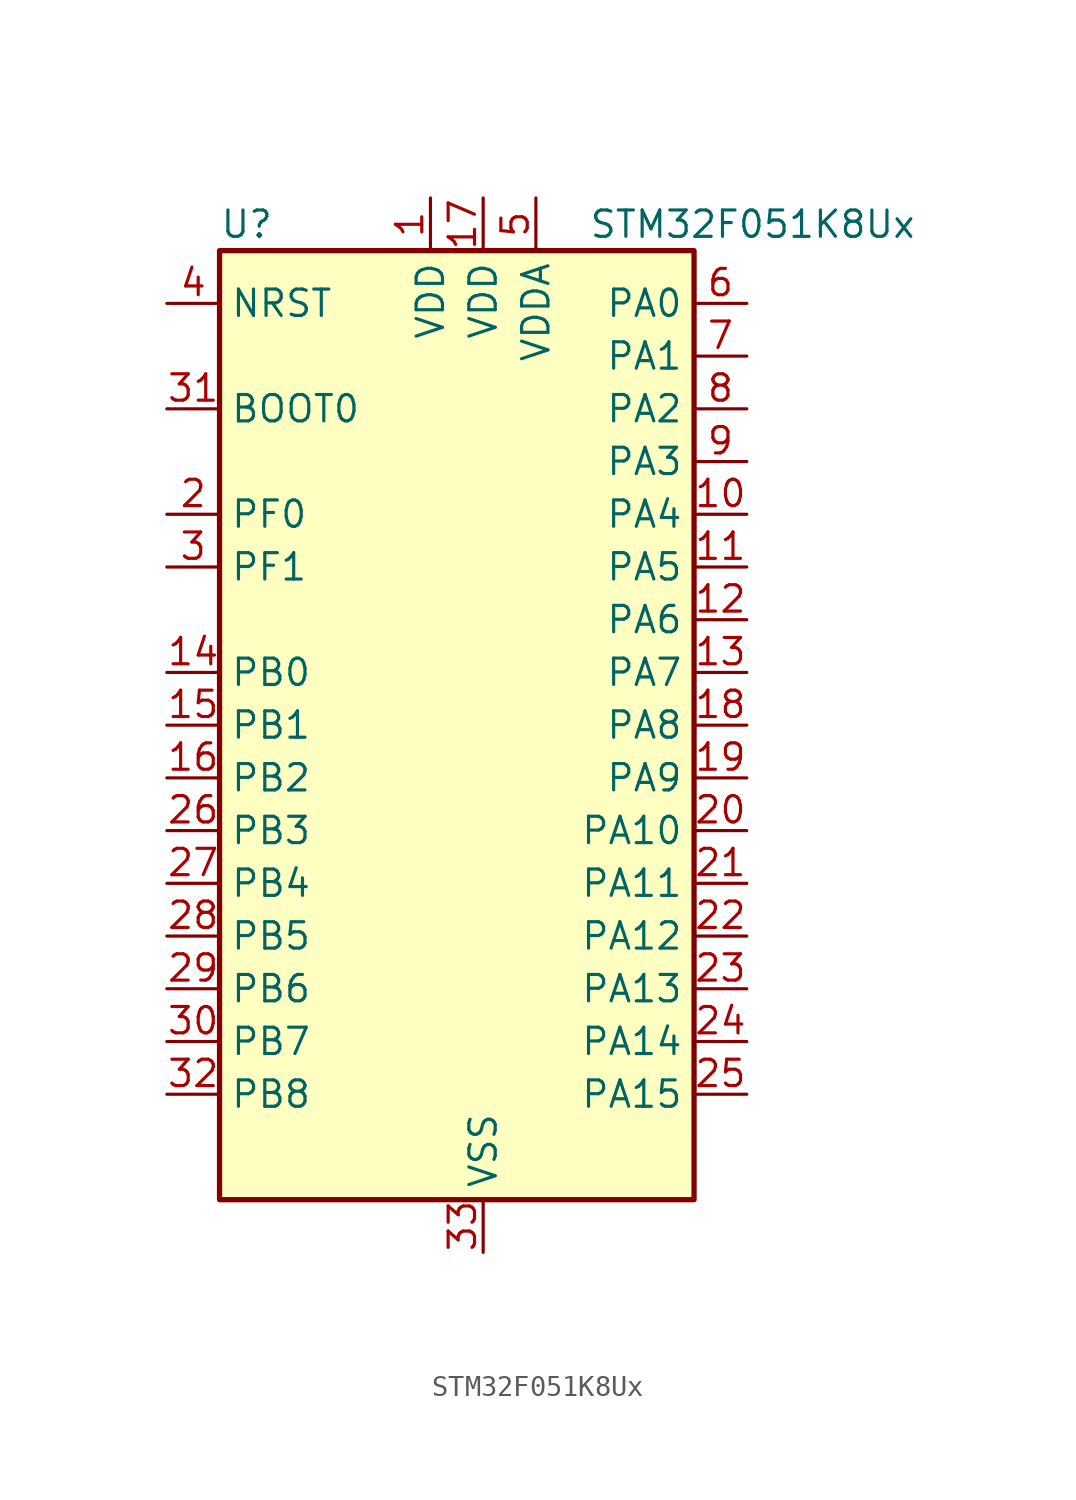
<source format=kicad_sym>
(kicad_symbol_lib
  (version 20220914)
  (generator kicad_symbol_editor)
  (symbol "STM32F051K8Ux"
    (property "Reference" "U"
      (at -10.16 24.13 0)
      (effects (font (size 1.27 1.27)) (justify left)))
    (property "Value" "STM32F051K8Ux"
      (at 7.62 24.13 0)
      (effects (font (size 1.27 1.27)) (justify left)))
    (property "ki_locked" ""
      (at 0 0 0)
      (effects (font (size 1.27 1.27))))
    (symbol "STM32F051K8Ux_0_1"
      (rectangle (start -10.16 -22.86) (end 12.7 22.86) (stroke (width 0.254) (type default)) (fill (type background))))
    (symbol "STM32F051K8Ux_1_1"
      (pin power_in line (at 0 25.4 270) (length 2.54) (name "VDD" (effects (font (size 1.27 1.27)))) (number "1" (effects (font (size 1.27 1.27)))))
      (pin bidirectional line (at 15.24 10.16 180) (length 2.54) (name "PA4" (effects (font (size 1.27 1.27)))) (number "10" (effects (font (size 1.27 1.27)))) (alternate "ADC_IN4" bidirectional line) (alternate "COMP1_INM" bidirectional line) (alternate "COMP2_INM" bidirectional line) (alternate "DAC1_OUT1" bidirectional line) (alternate "I2S1_WS" bidirectional line) (alternate "SPI1_NSS" bidirectional line) (alternate "TIM14_CH1" bidirectional line) (alternate "TSC_G2_IO1" bidirectional line) (alternate "USART2_CK" bidirectional line))
      (pin bidirectional line (at 15.24 7.62 180) (length 2.54) (name "PA5" (effects (font (size 1.27 1.27)))) (number "11" (effects (font (size 1.27 1.27)))) (alternate "ADC_IN5" bidirectional line) (alternate "CEC" bidirectional line) (alternate "COMP1_INM" bidirectional line) (alternate "COMP2_INM" bidirectional line) (alternate "I2S1_CK" bidirectional line) (alternate "SPI1_SCK" bidirectional line) (alternate "TIM2_CH1" bidirectional line) (alternate "TIM2_ETR" bidirectional line) (alternate "TSC_G2_IO2" bidirectional line))
      (pin bidirectional line (at 15.24 5.08 180) (length 2.54) (name "PA6" (effects (font (size 1.27 1.27)))) (number "12" (effects (font (size 1.27 1.27)))) (alternate "ADC_IN6" bidirectional line) (alternate "COMP1_OUT" bidirectional line) (alternate "I2S1_MCK" bidirectional line) (alternate "SPI1_MISO" bidirectional line) (alternate "TIM16_CH1" bidirectional line) (alternate "TIM1_BKIN" bidirectional line) (alternate "TIM3_CH1" bidirectional line) (alternate "TSC_G2_IO3" bidirectional line))
      (pin bidirectional line (at 15.24 2.54 180) (length 2.54) (name "PA7" (effects (font (size 1.27 1.27)))) (number "13" (effects (font (size 1.27 1.27)))) (alternate "ADC_IN7" bidirectional line) (alternate "COMP2_OUT" bidirectional line) (alternate "I2S1_SD" bidirectional line) (alternate "SPI1_MOSI" bidirectional line) (alternate "TIM14_CH1" bidirectional line) (alternate "TIM17_CH1" bidirectional line) (alternate "TIM1_CH1N" bidirectional line) (alternate "TIM3_CH2" bidirectional line) (alternate "TSC_G2_IO4" bidirectional line))
      (pin bidirectional line (at -12.7 2.54 0) (length 2.54) (name "PB0" (effects (font (size 1.27 1.27)))) (number "14" (effects (font (size 1.27 1.27)))) (alternate "ADC_IN8" bidirectional line) (alternate "TIM1_CH2N" bidirectional line) (alternate "TIM3_CH3" bidirectional line) (alternate "TSC_G3_IO2" bidirectional line))
      (pin bidirectional line (at -12.7 0 0) (length 2.54) (name "PB1" (effects (font (size 1.27 1.27)))) (number "15" (effects (font (size 1.27 1.27)))) (alternate "ADC_IN9" bidirectional line) (alternate "TIM14_CH1" bidirectional line) (alternate "TIM1_CH3N" bidirectional line) (alternate "TIM3_CH4" bidirectional line) (alternate "TSC_G3_IO3" bidirectional line))
      (pin bidirectional line (at -12.7 -2.54 0) (length 2.54) (name "PB2" (effects (font (size 1.27 1.27)))) (number "16" (effects (font (size 1.27 1.27)))) (alternate "TSC_G3_IO4" bidirectional line))
      (pin power_in line (at 2.54 25.4 270) (length 2.54) (name "VDD" (effects (font (size 1.27 1.27)))) (number "17" (effects (font (size 1.27 1.27)))))
      (pin bidirectional line (at 15.24 0 180) (length 2.54) (name "PA8" (effects (font (size 1.27 1.27)))) (number "18" (effects (font (size 1.27 1.27)))) (alternate "RCC_MCO" bidirectional line) (alternate "TIM1_CH1" bidirectional line) (alternate "USART1_CK" bidirectional line))
      (pin bidirectional line (at 15.24 -2.54 180) (length 2.54) (name "PA9" (effects (font (size 1.27 1.27)))) (number "19" (effects (font (size 1.27 1.27)))) (alternate "DAC1_EXTI9" bidirectional line) (alternate "TIM15_BKIN" bidirectional line) (alternate "TIM1_CH2" bidirectional line) (alternate "TSC_G4_IO1" bidirectional line) (alternate "USART1_TX" bidirectional line))
      (pin bidirectional line (at -12.7 10.16 0) (length 2.54) (name "PF0" (effects (font (size 1.27 1.27)))) (number "2" (effects (font (size 1.27 1.27)))) (alternate "RCC_OSC_IN" bidirectional line))
      (pin bidirectional line (at 15.24 -5.08 180) (length 2.54) (name "PA10" (effects (font (size 1.27 1.27)))) (number "20" (effects (font (size 1.27 1.27)))) (alternate "TIM17_BKIN" bidirectional line) (alternate "TIM1_CH3" bidirectional line) (alternate "TSC_G4_IO2" bidirectional line) (alternate "USART1_RX" bidirectional line))
      (pin bidirectional line (at 15.24 -7.62 180) (length 2.54) (name "PA11" (effects (font (size 1.27 1.27)))) (number "21" (effects (font (size 1.27 1.27)))) (alternate "COMP1_OUT" bidirectional line) (alternate "TIM1_CH4" bidirectional line) (alternate "TSC_G4_IO3" bidirectional line) (alternate "USART1_CTS" bidirectional line))
      (pin bidirectional line (at 15.24 -10.16 180) (length 2.54) (name "PA12" (effects (font (size 1.27 1.27)))) (number "22" (effects (font (size 1.27 1.27)))) (alternate "COMP2_OUT" bidirectional line) (alternate "TIM1_ETR" bidirectional line) (alternate "TSC_G4_IO4" bidirectional line) (alternate "USART1_DE" bidirectional line) (alternate "USART1_RTS" bidirectional line))
      (pin bidirectional line (at 15.24 -12.7 180) (length 2.54) (name "PA13" (effects (font (size 1.27 1.27)))) (number "23" (effects (font (size 1.27 1.27)))) (alternate "IR_OUT" bidirectional line) (alternate "SYS_SWDIO" bidirectional line))
      (pin bidirectional line (at 15.24 -15.24 180) (length 2.54) (name "PA14" (effects (font (size 1.27 1.27)))) (number "24" (effects (font (size 1.27 1.27)))) (alternate "SYS_SWCLK" bidirectional line) (alternate "USART2_TX" bidirectional line))
      (pin bidirectional line (at 15.24 -17.78 180) (length 2.54) (name "PA15" (effects (font (size 1.27 1.27)))) (number "25" (effects (font (size 1.27 1.27)))) (alternate "I2S1_WS" bidirectional line) (alternate "SPI1_NSS" bidirectional line) (alternate "TIM2_CH1" bidirectional line) (alternate "TIM2_ETR" bidirectional line) (alternate "USART2_RX" bidirectional line))
      (pin bidirectional line (at -12.7 -5.08 0) (length 2.54) (name "PB3" (effects (font (size 1.27 1.27)))) (number "26" (effects (font (size 1.27 1.27)))) (alternate "I2S1_CK" bidirectional line) (alternate "SPI1_SCK" bidirectional line) (alternate "TIM2_CH2" bidirectional line) (alternate "TSC_G5_IO1" bidirectional line))
      (pin bidirectional line (at -12.7 -7.62 0) (length 2.54) (name "PB4" (effects (font (size 1.27 1.27)))) (number "27" (effects (font (size 1.27 1.27)))) (alternate "I2S1_MCK" bidirectional line) (alternate "SPI1_MISO" bidirectional line) (alternate "TIM3_CH1" bidirectional line) (alternate "TSC_G5_IO2" bidirectional line))
      (pin bidirectional line (at -12.7 -10.16 0) (length 2.54) (name "PB5" (effects (font (size 1.27 1.27)))) (number "28" (effects (font (size 1.27 1.27)))) (alternate "I2C1_SMBA" bidirectional line) (alternate "I2S1_SD" bidirectional line) (alternate "SPI1_MOSI" bidirectional line) (alternate "TIM16_BKIN" bidirectional line) (alternate "TIM3_CH2" bidirectional line))
      (pin bidirectional line (at -12.7 -12.7 0) (length 2.54) (name "PB6" (effects (font (size 1.27 1.27)))) (number "29" (effects (font (size 1.27 1.27)))) (alternate "I2C1_SCL" bidirectional line) (alternate "TIM16_CH1N" bidirectional line) (alternate "TSC_G5_IO3" bidirectional line) (alternate "USART1_TX" bidirectional line))
      (pin bidirectional line (at -12.7 7.62 0) (length 2.54) (name "PF1" (effects (font (size 1.27 1.27)))) (number "3" (effects (font (size 1.27 1.27)))) (alternate "RCC_OSC_OUT" bidirectional line))
      (pin bidirectional line (at -12.7 -15.24 0) (length 2.54) (name "PB7" (effects (font (size 1.27 1.27)))) (number "30" (effects (font (size 1.27 1.27)))) (alternate "I2C1_SDA" bidirectional line) (alternate "TIM17_CH1N" bidirectional line) (alternate "TSC_G5_IO4" bidirectional line) (alternate "USART1_RX" bidirectional line))
      (pin input line (at -12.7 15.24 0) (length 2.54) (name "BOOT0" (effects (font (size 1.27 1.27)))) (number "31" (effects (font (size 1.27 1.27)))))
      (pin bidirectional line (at -12.7 -17.78 0) (length 2.54) (name "PB8" (effects (font (size 1.27 1.27)))) (number "32" (effects (font (size 1.27 1.27)))) (alternate "CEC" bidirectional line) (alternate "I2C1_SCL" bidirectional line) (alternate "TIM16_CH1" bidirectional line) (alternate "TSC_SYNC" bidirectional line))
      (pin power_in line (at 2.54 -25.4 90) (length 2.54) (name "VSS" (effects (font (size 1.27 1.27)))) (number "33" (effects (font (size 1.27 1.27)))))
      (pin input line (at -12.7 20.32 0) (length 2.54) (name "NRST" (effects (font (size 1.27 1.27)))) (number "4" (effects (font (size 1.27 1.27)))))
      (pin power_in line (at 5.08 25.4 270) (length 2.54) (name "VDDA" (effects (font (size 1.27 1.27)))) (number "5" (effects (font (size 1.27 1.27)))))
      (pin bidirectional line (at 15.24 20.32 180) (length 2.54) (name "PA0" (effects (font (size 1.27 1.27)))) (number "6" (effects (font (size 1.27 1.27)))) (alternate "ADC_IN0" bidirectional line) (alternate "COMP1_INM" bidirectional line) (alternate "COMP1_OUT" bidirectional line) (alternate "RTC_TAMP2" bidirectional line) (alternate "SYS_WKUP1" bidirectional line) (alternate "TIM2_CH1" bidirectional line) (alternate "TIM2_ETR" bidirectional line) (alternate "TSC_G1_IO1" bidirectional line) (alternate "USART2_CTS" bidirectional line))
      (pin bidirectional line (at 15.24 17.78 180) (length 2.54) (name "PA1" (effects (font (size 1.27 1.27)))) (number "7" (effects (font (size 1.27 1.27)))) (alternate "ADC_IN1" bidirectional line) (alternate "COMP1_INP" bidirectional line) (alternate "TIM2_CH2" bidirectional line) (alternate "TSC_G1_IO2" bidirectional line) (alternate "USART2_DE" bidirectional line) (alternate "USART2_RTS" bidirectional line))
      (pin bidirectional line (at 15.24 15.24 180) (length 2.54) (name "PA2" (effects (font (size 1.27 1.27)))) (number "8" (effects (font (size 1.27 1.27)))) (alternate "ADC_IN2" bidirectional line) (alternate "COMP2_INM" bidirectional line) (alternate "COMP2_OUT" bidirectional line) (alternate "TIM15_CH1" bidirectional line) (alternate "TIM2_CH3" bidirectional line) (alternate "TSC_G1_IO3" bidirectional line) (alternate "USART2_TX" bidirectional line))
      (pin bidirectional line (at 15.24 12.7 180) (length 2.54) (name "PA3" (effects (font (size 1.27 1.27)))) (number "9" (effects (font (size 1.27 1.27)))) (alternate "ADC_IN3" bidirectional line) (alternate "COMP2_INP" bidirectional line) (alternate "TIM15_CH2" bidirectional line) (alternate "TIM2_CH4" bidirectional line) (alternate "TSC_G1_IO4" bidirectional line) (alternate "USART2_RX" bidirectional line)))))
</source>
